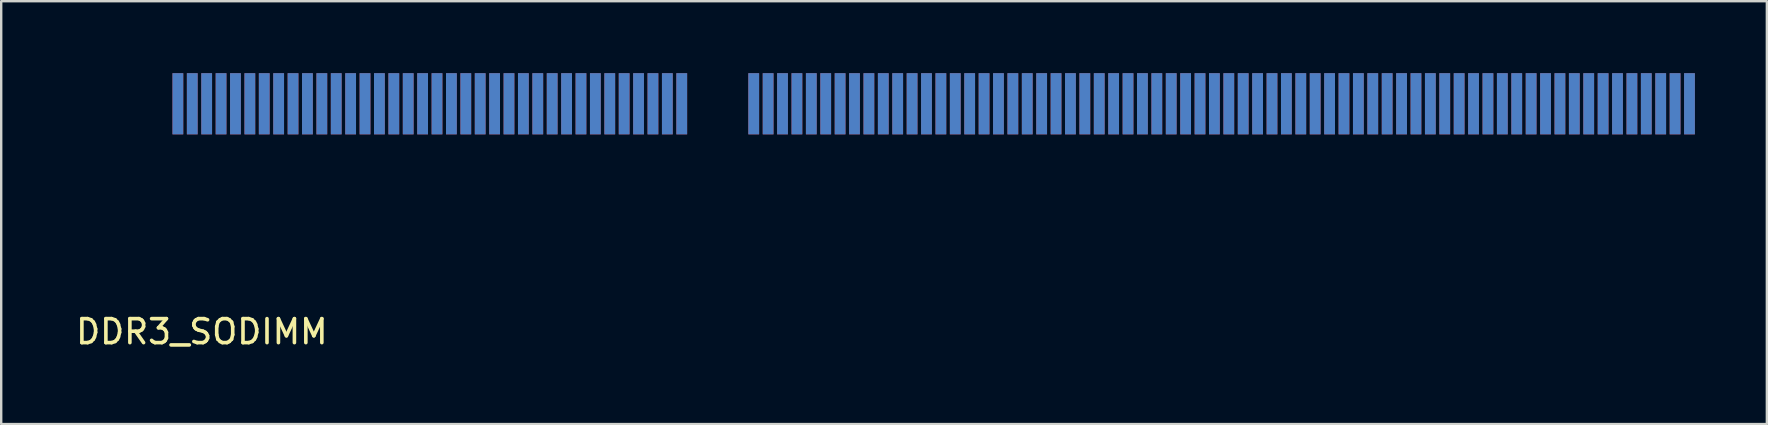
<source format=kicad_pcb>
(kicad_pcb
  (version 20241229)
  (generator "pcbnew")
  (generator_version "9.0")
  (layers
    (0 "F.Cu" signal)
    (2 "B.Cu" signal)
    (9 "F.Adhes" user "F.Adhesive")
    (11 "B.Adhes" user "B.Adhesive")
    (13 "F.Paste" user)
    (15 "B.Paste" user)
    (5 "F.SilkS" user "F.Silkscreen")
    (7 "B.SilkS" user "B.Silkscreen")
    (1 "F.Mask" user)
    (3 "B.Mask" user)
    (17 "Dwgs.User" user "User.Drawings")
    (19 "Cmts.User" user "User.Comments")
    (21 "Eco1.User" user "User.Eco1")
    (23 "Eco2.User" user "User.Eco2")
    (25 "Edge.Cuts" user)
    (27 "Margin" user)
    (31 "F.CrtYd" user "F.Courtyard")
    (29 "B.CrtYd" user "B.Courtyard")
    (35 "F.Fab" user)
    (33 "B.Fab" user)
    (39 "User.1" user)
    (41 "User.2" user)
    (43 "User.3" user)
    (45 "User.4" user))
  (footprint "DDR3_SODIMM"
    (layer "F.Cu")
    (at 4.363 1.275)
    (property "Reference" "DDR3_SODIMM" (at 1 9.5 0) (layer "F.SilkS") (effects (font (size 1 1) (thickness 0.15))))
    (attr through_hole)
    (pad "1" smd rect (at 0 0) (size 0.45 2.55) (layers "F.Cu" "F.Mask" "F.Paste"))
    (pad "2" smd rect (at 0 0) (size 0.45 2.55) (layers "B.Cu" "B.Mask" "B.Paste"))
    (pad "3" smd rect (at 0.6 0) (size 0.45 2.55) (layers "F.Cu" "F.Mask" "F.Paste"))
    (pad "4" smd rect (at 0.6 0) (size 0.45 2.55) (layers "B.Cu" "B.Mask" "B.Paste"))
    (pad "5" smd rect (at 1.2 0) (size 0.45 2.55) (layers "F.Cu" "F.Mask" "F.Paste"))
    (pad "6" smd rect (at 1.2 0) (size 0.45 2.55) (layers "B.Cu" "B.Mask" "B.Paste"))
    (pad "7" smd rect (at 1.8 0) (size 0.45 2.55) (layers "F.Cu" "F.Mask" "F.Paste"))
    (pad "8" smd rect (at 1.8 0) (size 0.45 2.55) (layers "B.Cu" "B.Mask" "B.Paste"))
    (pad "9" smd rect (at 2.4 0) (size 0.45 2.55) (layers "F.Cu" "F.Mask" "F.Paste"))
    (pad "10" smd rect (at 2.4 0) (size 0.45 2.55) (layers "B.Cu" "B.Mask" "B.Paste"))
    (pad "11" smd rect (at 3 0) (size 0.45 2.55) (layers "F.Cu" "F.Mask" "F.Paste"))
    (pad "12" smd rect (at 3 0) (size 0.45 2.55) (layers "B.Cu" "B.Mask" "B.Paste"))
    (pad "13" smd rect (at 3.6 0) (size 0.45 2.55) (layers "F.Cu" "F.Mask" "F.Paste"))
    (pad "14" smd rect (at 3.6 0) (size 0.45 2.55) (layers "B.Cu" "B.Mask" "B.Paste"))
    (pad "15" smd rect (at 4.2 0) (size 0.45 2.55) (layers "F.Cu" "F.Mask" "F.Paste"))
    (pad "16" smd rect (at 4.2 0) (size 0.45 2.55) (layers "B.Cu" "B.Mask" "B.Paste"))
    (pad "17" smd rect (at 4.8 0) (size 0.45 2.55) (layers "F.Cu" "F.Mask" "F.Paste"))
    (pad "18" smd rect (at 4.8 0) (size 0.45 2.55) (layers "B.Cu" "B.Mask" "B.Paste"))
    (pad "19" smd rect (at 5.4 0) (size 0.45 2.55) (layers "F.Cu" "F.Mask" "F.Paste"))
    (pad "20" smd rect (at 5.4 0) (size 0.45 2.55) (layers "B.Cu" "B.Mask" "B.Paste"))
    (pad "21" smd rect (at 6 0) (size 0.45 2.55) (layers "F.Cu" "F.Mask" "F.Paste"))
    (pad "22" smd rect (at 6 0) (size 0.45 2.55) (layers "B.Cu" "B.Mask" "B.Paste"))
    (pad "23" smd rect (at 6.6 0) (size 0.45 2.55) (layers "F.Cu" "F.Mask" "F.Paste"))
    (pad "24" smd rect (at 6.6 0) (size 0.45 2.55) (layers "B.Cu" "B.Mask" "B.Paste"))
    (pad "25" smd rect (at 7.2 0) (size 0.45 2.55) (layers "F.Cu" "F.Mask" "F.Paste"))
    (pad "26" smd rect (at 7.2 0) (size 0.45 2.55) (layers "B.Cu" "B.Mask" "B.Paste"))
    (pad "27" smd rect (at 7.8 0) (size 0.45 2.55) (layers "F.Cu" "F.Mask" "F.Paste"))
    (pad "28" smd rect (at 7.8 0) (size 0.45 2.55) (layers "B.Cu" "B.Mask" "B.Paste"))
    (pad "29" smd rect (at 8.4 0) (size 0.45 2.55) (layers "F.Cu" "F.Mask" "F.Paste"))
    (pad "30" smd rect (at 8.4 0) (size 0.45 2.55) (layers "B.Cu" "B.Mask" "B.Paste"))
    (pad "31" smd rect (at 9 0) (size 0.45 2.55) (layers "F.Cu" "F.Mask" "F.Paste"))
    (pad "32" smd rect (at 9 0) (size 0.45 2.55) (layers "B.Cu" "B.Mask" "B.Paste"))
    (pad "33" smd rect (at 9.6 0) (size 0.45 2.55) (layers "F.Cu" "F.Mask" "F.Paste"))
    (pad "34" smd rect (at 9.6 0) (size 0.45 2.55) (layers "B.Cu" "B.Mask" "B.Paste"))
    (pad "35" smd rect (at 10.2 0) (size 0.45 2.55) (layers "F.Cu" "F.Mask" "F.Paste"))
    (pad "36" smd rect (at 10.2 0) (size 0.45 2.55) (layers "B.Cu" "B.Mask" "B.Paste"))
    (pad "37" smd rect (at 10.8 0) (size 0.45 2.55) (layers "F.Cu" "F.Mask" "F.Paste"))
    (pad "38" smd rect (at 10.8 0) (size 0.45 2.55) (layers "B.Cu" "B.Mask" "B.Paste"))
    (pad "39" smd rect (at 11.4 0) (size 0.45 2.55) (layers "F.Cu" "F.Mask" "F.Paste"))
    (pad "40" smd rect (at 11.4 0) (size 0.45 2.55) (layers "B.Cu" "B.Mask" "B.Paste"))
    (pad "41" smd rect (at 12 0) (size 0.45 2.55) (layers "F.Cu" "F.Mask" "F.Paste"))
    (pad "42" smd rect (at 12 0) (size 0.45 2.55) (layers "B.Cu" "B.Mask" "B.Paste"))
    (pad "43" smd rect (at 12.6 0) (size 0.45 2.55) (layers "F.Cu" "F.Mask" "F.Paste"))
    (pad "44" smd rect (at 12.6 0) (size 0.45 2.55) (layers "B.Cu" "B.Mask" "B.Paste"))
    (pad "45" smd rect (at 13.2 0) (size 0.45 2.55) (layers "F.Cu" "F.Mask" "F.Paste"))
    (pad "46" smd rect (at 13.2 0) (size 0.45 2.55) (layers "B.Cu" "B.Mask" "B.Paste"))
    (pad "47" smd rect (at 13.8 0) (size 0.45 2.55) (layers "F.Cu" "F.Mask" "F.Paste"))
    (pad "48" smd rect (at 13.8 0) (size 0.45 2.55) (layers "B.Cu" "B.Mask" "B.Paste"))
    (pad "49" smd rect (at 14.4 0) (size 0.45 2.55) (layers "F.Cu" "F.Mask" "F.Paste"))
    (pad "50" smd rect (at 14.4 0) (size 0.45 2.55) (layers "B.Cu" "B.Mask" "B.Paste"))
    (pad "51" smd rect (at 15 0) (size 0.45 2.55) (layers "F.Cu" "F.Mask" "F.Paste"))
    (pad "52" smd rect (at 15 0) (size 0.45 2.55) (layers "B.Cu" "B.Mask" "B.Paste"))
    (pad "53" smd rect (at 15.6 0) (size 0.45 2.55) (layers "F.Cu" "F.Mask" "F.Paste"))
    (pad "54" smd rect (at 15.6 0) (size 0.45 2.55) (layers "B.Cu" "B.Mask" "B.Paste"))
    (pad "55" smd rect (at 16.2 0) (size 0.45 2.55) (layers "F.Cu" "F.Mask" "F.Paste"))
    (pad "56" smd rect (at 16.2 0) (size 0.45 2.55) (layers "B.Cu" "B.Mask" "B.Paste"))
    (pad "57" smd rect (at 16.8 0) (size 0.45 2.55) (layers "F.Cu" "F.Mask" "F.Paste"))
    (pad "58" smd rect (at 16.8 0) (size 0.45 2.55) (layers "B.Cu" "B.Mask" "B.Paste"))
    (pad "59" smd rect (at 17.4 0) (size 0.45 2.55) (layers "F.Cu" "F.Mask" "F.Paste"))
    (pad "60" smd rect (at 17.4 0) (size 0.45 2.55) (layers "B.Cu" "B.Mask" "B.Paste"))
    (pad "61" smd rect (at 18 0) (size 0.45 2.55) (layers "F.Cu" "F.Mask" "F.Paste"))
    (pad "62" smd rect (at 18 0) (size 0.45 2.55) (layers "B.Cu" "B.Mask" "B.Paste"))
    (pad "63" smd rect (at 18.6 0) (size 0.45 2.55) (layers "F.Cu" "F.Mask" "F.Paste"))
    (pad "64" smd rect (at 18.6 0) (size 0.45 2.55) (layers "B.Cu" "B.Mask" "B.Paste"))
    (pad "65" smd rect (at 19.2 0) (size 0.45 2.55) (layers "F.Cu" "F.Mask" "F.Paste"))
    (pad "66" smd rect (at 19.2 0) (size 0.45 2.55) (layers "B.Cu" "B.Mask" "B.Paste"))
    (pad "67" smd rect (at 19.8 0) (size 0.45 2.55) (layers "F.Cu" "F.Mask" "F.Paste"))
    (pad "68" smd rect (at 19.8 0) (size 0.45 2.55) (layers "B.Cu" "B.Mask" "B.Paste"))
    (pad "69" smd rect (at 20.4 0) (size 0.45 2.55) (layers "F.Cu" "F.Mask" "F.Paste"))
    (pad "70" smd rect (at 20.4 0) (size 0.45 2.55) (layers "B.Cu" "B.Mask" "B.Paste"))
    (pad "71" smd rect (at 21 0) (size 0.45 2.55) (layers "F.Cu" "F.Mask" "F.Paste"))
    (pad "72" smd rect (at 21 0) (size 0.45 2.55) (layers "B.Cu" "B.Mask" "B.Paste"))
    (pad "73" smd rect (at 24 0) (size 0.45 2.55) (layers "F.Cu" "F.Mask" "F.Paste"))
    (pad "74" smd rect (at 24 0) (size 0.45 2.55) (layers "B.Cu" "B.Mask" "B.Paste"))
    (pad "75" smd rect (at 24.6 0) (size 0.45 2.55) (layers "F.Cu" "F.Mask" "F.Paste"))
    (pad "76" smd rect (at 24.6 0) (size 0.45 2.55) (layers "B.Cu" "B.Mask" "B.Paste"))
    (pad "77" smd rect (at 25.2 0) (size 0.45 2.55) (layers "F.Cu" "F.Mask" "F.Paste"))
    (pad "78" smd rect (at 25.2 0) (size 0.45 2.55) (layers "B.Cu" "B.Mask" "B.Paste"))
    (pad "79" smd rect (at 25.8 0) (size 0.45 2.55) (layers "F.Cu" "F.Mask" "F.Paste"))
    (pad "80" smd rect (at 25.8 0) (size 0.45 2.55) (layers "B.Cu" "B.Mask" "B.Paste"))
    (pad "81" smd rect (at 26.4 0) (size 0.45 2.55) (layers "F.Cu" "F.Mask" "F.Paste"))
    (pad "82" smd rect (at 26.4 0) (size 0.45 2.55) (layers "B.Cu" "B.Mask" "B.Paste"))
    (pad "83" smd rect (at 27 0) (size 0.45 2.55) (layers "F.Cu" "F.Mask" "F.Paste"))
    (pad "84" smd rect (at 27 0) (size 0.45 2.55) (layers "B.Cu" "B.Mask" "B.Paste"))
    (pad "85" smd rect (at 27.6 0) (size 0.45 2.55) (layers "F.Cu" "F.Mask" "F.Paste"))
    (pad "86" smd rect (at 27.6 0) (size 0.45 2.55) (layers "B.Cu" "B.Mask" "B.Paste"))
    (pad "87" smd rect (at 28.2 0) (size 0.45 2.55) (layers "F.Cu" "F.Mask" "F.Paste"))
    (pad "88" smd rect (at 28.2 0) (size 0.45 2.55) (layers "B.Cu" "B.Mask" "B.Paste"))
    (pad "89" smd rect (at 28.8 0) (size 0.45 2.55) (layers "F.Cu" "F.Mask" "F.Paste"))
    (pad "90" smd rect (at 28.8 0) (size 0.45 2.55) (layers "B.Cu" "B.Mask" "B.Paste"))
    (pad "91" smd rect (at 29.4 0) (size 0.45 2.55) (layers "F.Cu" "F.Mask" "F.Paste"))
    (pad "92" smd rect (at 29.4 0) (size 0.45 2.55) (layers "B.Cu" "B.Mask" "B.Paste"))
    (pad "93" smd rect (at 30 0) (size 0.45 2.55) (layers "F.Cu" "F.Mask" "F.Paste"))
    (pad "94" smd rect (at 30 0) (size 0.45 2.55) (layers "B.Cu" "B.Mask" "B.Paste"))
    (pad "95" smd rect (at 30.6 0) (size 0.45 2.55) (layers "F.Cu" "F.Mask" "F.Paste"))
    (pad "96" smd rect (at 30.6 0) (size 0.45 2.55) (layers "B.Cu" "B.Mask" "B.Paste"))
    (pad "97" smd rect (at 31.2 0) (size 0.45 2.55) (layers "F.Cu" "F.Mask" "F.Paste"))
    (pad "98" smd rect (at 31.2 0) (size 0.45 2.55) (layers "B.Cu" "B.Mask" "B.Paste"))
    (pad "99" smd rect (at 31.8 0) (size 0.45 2.55) (layers "F.Cu" "F.Mask" "F.Paste"))
    (pad "100" smd rect (at 31.8 0) (size 0.45 2.55) (layers "B.Cu" "B.Mask" "B.Paste"))
    (pad "101" smd rect (at 32.4 0) (size 0.45 2.55) (layers "F.Cu" "F.Mask" "F.Paste"))
    (pad "102" smd rect (at 32.4 0) (size 0.45 2.55) (layers "B.Cu" "B.Mask" "B.Paste"))
    (pad "103" smd rect (at 33 0) (size 0.45 2.55) (layers "F.Cu" "F.Mask" "F.Paste"))
    (pad "104" smd rect (at 33 0) (size 0.45 2.55) (layers "B.Cu" "B.Mask" "B.Paste"))
    (pad "105" smd rect (at 33.6 0) (size 0.45 2.55) (layers "F.Cu" "F.Mask" "F.Paste"))
    (pad "106" smd rect (at 33.6 0) (size 0.45 2.55) (layers "B.Cu" "B.Mask" "B.Paste"))
    (pad "107" smd rect (at 34.2 0) (size 0.45 2.55) (layers "F.Cu" "F.Mask" "F.Paste"))
    (pad "108" smd rect (at 34.2 0) (size 0.45 2.55) (layers "B.Cu" "B.Mask" "B.Paste"))
    (pad "109" smd rect (at 34.8 0) (size 0.45 2.55) (layers "F.Cu" "F.Mask" "F.Paste"))
    (pad "110" smd rect (at 34.8 0) (size 0.45 2.55) (layers "B.Cu" "B.Mask" "B.Paste"))
    (pad "111" smd rect (at 35.4 0) (size 0.45 2.55) (layers "F.Cu" "F.Mask" "F.Paste"))
    (pad "112" smd rect (at 35.4 0) (size 0.45 2.55) (layers "B.Cu" "B.Mask" "B.Paste"))
    (pad "113" smd rect (at 36 0) (size 0.45 2.55) (layers "F.Cu" "F.Mask" "F.Paste"))
    (pad "114" smd rect (at 36 0) (size 0.45 2.55) (layers "B.Cu" "B.Mask" "B.Paste"))
    (pad "115" smd rect (at 36.6 0) (size 0.45 2.55) (layers "F.Cu" "F.Mask" "F.Paste"))
    (pad "116" smd rect (at 36.6 0) (size 0.45 2.55) (layers "B.Cu" "B.Mask" "B.Paste"))
    (pad "117" smd rect (at 37.2 0) (size 0.45 2.55) (layers "F.Cu" "F.Mask" "F.Paste"))
    (pad "118" smd rect (at 37.2 0) (size 0.45 2.55) (layers "B.Cu" "B.Mask" "B.Paste"))
    (pad "119" smd rect (at 37.8 0) (size 0.45 2.55) (layers "F.Cu" "F.Mask" "F.Paste"))
    (pad "120" smd rect (at 37.8 0) (size 0.45 2.55) (layers "B.Cu" "B.Mask" "B.Paste"))
    (pad "121" smd rect (at 38.4 0) (size 0.45 2.55) (layers "F.Cu" "F.Mask" "F.Paste"))
    (pad "122" smd rect (at 38.4 0) (size 0.45 2.55) (layers "B.Cu" "B.Mask" "B.Paste"))
    (pad "123" smd rect (at 39 0) (size 0.45 2.55) (layers "F.Cu" "F.Mask" "F.Paste"))
    (pad "124" smd rect (at 39 0) (size 0.45 2.55) (layers "B.Cu" "B.Mask" "B.Paste"))
    (pad "125" smd rect (at 39.6 0) (size 0.45 2.55) (layers "F.Cu" "F.Mask" "F.Paste"))
    (pad "126" smd rect (at 39.6 0) (size 0.45 2.55) (layers "B.Cu" "B.Mask" "B.Paste"))
    (pad "127" smd rect (at 40.2 0) (size 0.45 2.55) (layers "F.Cu" "F.Mask" "F.Paste"))
    (pad "128" smd rect (at 40.2 0) (size 0.45 2.55) (layers "B.Cu" "B.Mask" "B.Paste"))
    (pad "129" smd rect (at 40.8 0) (size 0.45 2.55) (layers "F.Cu" "F.Mask" "F.Paste"))
    (pad "130" smd rect (at 40.8 0) (size 0.45 2.55) (layers "B.Cu" "B.Mask" "B.Paste"))
    (pad "131" smd rect (at 41.4 0) (size 0.45 2.55) (layers "F.Cu" "F.Mask" "F.Paste"))
    (pad "132" smd rect (at 41.4 0) (size 0.45 2.55) (layers "B.Cu" "B.Mask" "B.Paste"))
    (pad "133" smd rect (at 42 0) (size 0.45 2.55) (layers "F.Cu" "F.Mask" "F.Paste"))
    (pad "134" smd rect (at 42 0) (size 0.45 2.55) (layers "B.Cu" "B.Mask" "B.Paste"))
    (pad "135" smd rect (at 42.6 0) (size 0.45 2.55) (layers "F.Cu" "F.Mask" "F.Paste"))
    (pad "136" smd rect (at 42.6 0) (size 0.45 2.55) (layers "B.Cu" "B.Mask" "B.Paste"))
    (pad "137" smd rect (at 43.2 0) (size 0.45 2.55) (layers "F.Cu" "F.Mask" "F.Paste"))
    (pad "138" smd rect (at 43.2 0) (size 0.45 2.55) (layers "B.Cu" "B.Mask" "B.Paste"))
    (pad "139" smd rect (at 43.8 0) (size 0.45 2.55) (layers "F.Cu" "F.Mask" "F.Paste"))
    (pad "140" smd rect (at 43.8 0) (size 0.45 2.55) (layers "B.Cu" "B.Mask" "B.Paste"))
    (pad "141" smd rect (at 44.4 0) (size 0.45 2.55) (layers "F.Cu" "F.Mask" "F.Paste"))
    (pad "142" smd rect (at 44.4 0) (size 0.45 2.55) (layers "B.Cu" "B.Mask" "B.Paste"))
    (pad "143" smd rect (at 45 0) (size 0.45 2.55) (layers "F.Cu" "F.Mask" "F.Paste"))
    (pad "144" smd rect (at 45 0) (size 0.45 2.55) (layers "B.Cu" "B.Mask" "B.Paste"))
    (pad "145" smd rect (at 45.6 0) (size 0.45 2.55) (layers "F.Cu" "F.Mask" "F.Paste"))
    (pad "146" smd rect (at 45.6 0) (size 0.45 2.55) (layers "B.Cu" "B.Mask" "B.Paste"))
    (pad "147" smd rect (at 46.2 0) (size 0.45 2.55) (layers "F.Cu" "F.Mask" "F.Paste"))
    (pad "148" smd rect (at 46.2 0) (size 0.45 2.55) (layers "B.Cu" "B.Mask" "B.Paste"))
    (pad "149" smd rect (at 46.8 0) (size 0.45 2.55) (layers "F.Cu" "F.Mask" "F.Paste"))
    (pad "150" smd rect (at 46.8 0) (size 0.45 2.55) (layers "B.Cu" "B.Mask" "B.Paste"))
    (pad "151" smd rect (at 47.4 0) (size 0.45 2.55) (layers "F.Cu" "F.Mask" "F.Paste"))
    (pad "152" smd rect (at 47.4 0) (size 0.45 2.55) (layers "B.Cu" "B.Mask" "B.Paste"))
    (pad "153" smd rect (at 48 0) (size 0.45 2.55) (layers "F.Cu" "F.Mask" "F.Paste"))
    (pad "154" smd rect (at 48 0) (size 0.45 2.55) (layers "B.Cu" "B.Mask" "B.Paste"))
    (pad "155" smd rect (at 48.6 0) (size 0.45 2.55) (layers "F.Cu" "F.Mask" "F.Paste"))
    (pad "156" smd rect (at 48.6 0) (size 0.45 2.55) (layers "B.Cu" "B.Mask" "B.Paste"))
    (pad "157" smd rect (at 49.2 0) (size 0.45 2.55) (layers "F.Cu" "F.Mask" "F.Paste"))
    (pad "158" smd rect (at 49.2 0) (size 0.45 2.55) (layers "B.Cu" "B.Mask" "B.Paste"))
    (pad "159" smd rect (at 49.8 0) (size 0.45 2.55) (layers "F.Cu" "F.Mask" "F.Paste"))
    (pad "160" smd rect (at 49.8 0) (size 0.45 2.55) (layers "B.Cu" "B.Mask" "B.Paste"))
    (pad "161" smd rect (at 50.4 0) (size 0.45 2.55) (layers "F.Cu" "F.Mask" "F.Paste"))
    (pad "162" smd rect (at 50.4 0) (size 0.45 2.55) (layers "B.Cu" "B.Mask" "B.Paste"))
    (pad "163" smd rect (at 51 0) (size 0.45 2.55) (layers "F.Cu" "F.Mask" "F.Paste"))
    (pad "164" smd rect (at 51 0) (size 0.45 2.55) (layers "B.Cu" "B.Mask" "B.Paste"))
    (pad "165" smd rect (at 51.6 0) (size 0.45 2.55) (layers "F.Cu" "F.Mask" "F.Paste"))
    (pad "166" smd rect (at 51.6 0) (size 0.45 2.55) (layers "B.Cu" "B.Mask" "B.Paste"))
    (pad "167" smd rect (at 52.2 0) (size 0.45 2.55) (layers "F.Cu" "F.Mask" "F.Paste"))
    (pad "168" smd rect (at 52.2 0) (size 0.45 2.55) (layers "B.Cu" "B.Mask" "B.Paste"))
    (pad "169" smd rect (at 52.8 0) (size 0.45 2.55) (layers "F.Cu" "F.Mask" "F.Paste"))
    (pad "170" smd rect (at 52.8 0) (size 0.45 2.55) (layers "B.Cu" "B.Mask" "B.Paste"))
    (pad "171" smd rect (at 53.4 0) (size 0.45 2.55) (layers "F.Cu" "F.Mask" "F.Paste"))
    (pad "172" smd rect (at 53.4 0) (size 0.45 2.55) (layers "B.Cu" "B.Mask" "B.Paste"))
    (pad "173" smd rect (at 54 0) (size 0.45 2.55) (layers "F.Cu" "F.Mask" "F.Paste"))
    (pad "174" smd rect (at 54 0) (size 0.45 2.55) (layers "B.Cu" "B.Mask" "B.Paste"))
    (pad "175" smd rect (at 54.6 0) (size 0.45 2.55) (layers "F.Cu" "F.Mask" "F.Paste"))
    (pad "176" smd rect (at 54.6 0) (size 0.45 2.55) (layers "B.Cu" "B.Mask" "B.Paste"))
    (pad "177" smd rect (at 55.2 0) (size 0.45 2.55) (layers "F.Cu" "F.Mask" "F.Paste"))
    (pad "178" smd rect (at 55.2 0) (size 0.45 2.55) (layers "B.Cu" "B.Mask" "B.Paste"))
    (pad "179" smd rect (at 55.8 0) (size 0.45 2.55) (layers "F.Cu" "F.Mask" "F.Paste"))
    (pad "180" smd rect (at 55.8 0) (size 0.45 2.55) (layers "B.Cu" "B.Mask" "B.Paste"))
    (pad "181" smd rect (at 56.4 0) (size 0.45 2.55) (layers "F.Cu" "F.Mask" "F.Paste"))
    (pad "182" smd rect (at 56.4 0) (size 0.45 2.55) (layers "B.Cu" "B.Mask" "B.Paste"))
    (pad "183" smd rect (at 57 0) (size 0.45 2.55) (layers "F.Cu" "F.Mask" "F.Paste"))
    (pad "184" smd rect (at 57 0) (size 0.45 2.55) (layers "B.Cu" "B.Mask" "B.Paste"))
    (pad "185" smd rect (at 57.6 0) (size 0.45 2.55) (layers "F.Cu" "F.Mask" "F.Paste"))
    (pad "186" smd rect (at 57.6 0) (size 0.45 2.55) (layers "B.Cu" "B.Mask" "B.Paste"))
    (pad "187" smd rect (at 58.2 0) (size 0.45 2.55) (layers "F.Cu" "F.Mask" "F.Paste"))
    (pad "188" smd rect (at 58.2 0) (size 0.45 2.55) (layers "B.Cu" "B.Mask" "B.Paste"))
    (pad "189" smd rect (at 58.8 0) (size 0.45 2.55) (layers "F.Cu" "F.Mask" "F.Paste"))
    (pad "190" smd rect (at 58.8 0) (size 0.45 2.55) (layers "B.Cu" "B.Mask" "B.Paste"))
    (pad "191" smd rect (at 59.4 0) (size 0.45 2.55) (layers "F.Cu" "F.Mask" "F.Paste"))
    (pad "192" smd rect (at 59.4 0) (size 0.45 2.55) (layers "B.Cu" "B.Mask" "B.Paste"))
    (pad "193" smd rect (at 60 0) (size 0.45 2.55) (layers "F.Cu" "F.Mask" "F.Paste"))
    (pad "194" smd rect (at 60 0) (size 0.45 2.55) (layers "B.Cu" "B.Mask" "B.Paste"))
    (pad "195" smd rect (at 60.6 0) (size 0.45 2.55) (layers "F.Cu" "F.Mask" "F.Paste"))
    (pad "196" smd rect (at 60.6 0) (size 0.45 2.55) (layers "B.Cu" "B.Mask" "B.Paste"))
    (pad "197" smd rect (at 61.2 0) (size 0.45 2.55) (layers "F.Cu" "F.Mask" "F.Paste"))
    (pad "198" smd rect (at 61.2 0) (size 0.45 2.55) (layers "B.Cu" "B.Mask" "B.Paste"))
    (pad "199" smd rect (at 61.8 0) (size 0.45 2.55) (layers "F.Cu" "F.Mask" "F.Paste"))
    (pad "200" smd rect (at 61.8 0) (size 0.45 2.55) (layers "B.Cu" "B.Mask" "B.Paste"))
    (pad "201" smd rect (at 62.4 0) (size 0.45 2.55) (layers "F.Cu" "F.Mask" "F.Paste"))
    (pad "202" smd rect (at 62.4 0) (size 0.45 2.55) (layers "B.Cu" "B.Mask" "B.Paste"))
    (pad "203" smd rect (at 63 0) (size 0.45 2.55) (layers "F.Cu" "F.Mask" "F.Paste"))
    (pad "204" smd rect (at 63 0) (size 0.45 2.55) (layers "B.Cu" "B.Mask" "B.Paste")))
  (gr_rect
    (start -3 -3)
    (end 70.588 14.623)
    (stroke (width 0.1) (type default))
    (fill no)
    (layer "Edge.Cuts")))
</source>
